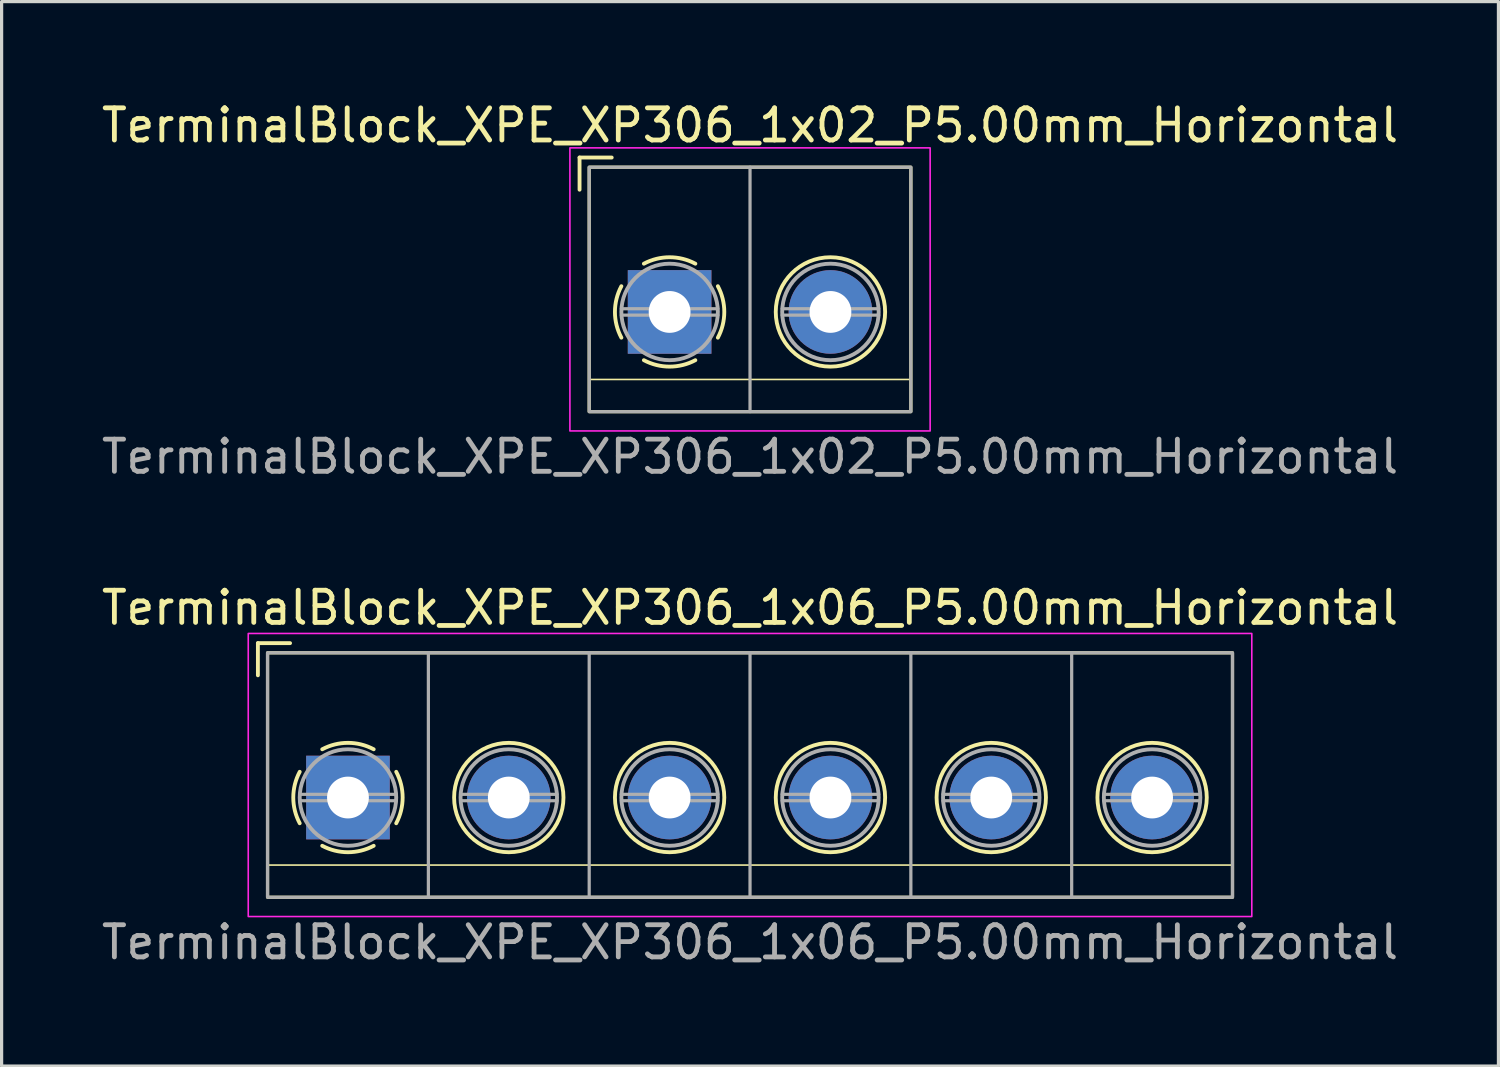
<source format=kicad_pcb>
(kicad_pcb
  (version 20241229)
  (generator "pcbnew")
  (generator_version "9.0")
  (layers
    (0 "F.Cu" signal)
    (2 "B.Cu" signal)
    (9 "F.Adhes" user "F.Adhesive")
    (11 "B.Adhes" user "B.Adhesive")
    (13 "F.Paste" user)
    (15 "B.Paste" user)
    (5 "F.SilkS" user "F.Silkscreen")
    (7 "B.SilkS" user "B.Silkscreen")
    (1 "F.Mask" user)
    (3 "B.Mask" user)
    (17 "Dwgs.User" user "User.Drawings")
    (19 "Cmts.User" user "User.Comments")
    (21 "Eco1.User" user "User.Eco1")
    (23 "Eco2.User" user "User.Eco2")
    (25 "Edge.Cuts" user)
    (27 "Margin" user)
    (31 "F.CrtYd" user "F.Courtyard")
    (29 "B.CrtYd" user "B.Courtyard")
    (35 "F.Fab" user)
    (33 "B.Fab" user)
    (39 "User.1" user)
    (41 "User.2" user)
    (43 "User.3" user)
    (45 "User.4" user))
  (footprint "TerminalBlock_XPE_XP306_1x06_P5.00mm_Horizontal"
    (layer "F.Cu")
    (at 20.268 24.845)
    (property "Reference" "TerminalBlock_XPE_XP306_1x06_P5.00mm_Horizontal" (at 0 -9 0) (unlocked yes) (layer "F.SilkS") (effects (font (size 1 1) (thickness 0.15))))
    (attr through_hole)
    (fp_line (start -15.3 -6.9) (end -15.3 -7.9) (stroke (width 0.12) (type solid)) (layer "F.SilkS"))
    (fp_line (start -15 -1) (end 15 -1) (stroke (width 0.05) (type solid)) (layer "F.SilkS"))
    (fp_line (start -14.3 -7.9) (end -15.3 -7.9) (stroke (width 0.12) (type solid)) (layer "F.SilkS"))
    (fp_rect (start 15 0) (end -15 -7.6) (stroke (width 0.1) (type solid)) (fill no) (layer "F.SilkS"))
    (fp_arc (start -14 -2.3) (mid -14.2 -3.1) (end -14 -3.9) (stroke (width 0.12) (type solid)) (layer "F.SilkS"))
    (fp_arc (start -13.3 -4.6) (mid -12.5 -4.8) (end -11.7 -4.6) (stroke (width 0.12) (type solid)) (layer "F.SilkS"))
    (fp_arc (start -11.7 -1.6) (mid -12.5 -1.4) (end -13.3 -1.6) (stroke (width 0.12) (type solid)) (layer "F.SilkS"))
    (fp_arc (start -11 -3.9) (mid -10.8 -3.1) (end -11 -2.3) (stroke (width 0.12) (type solid)) (layer "F.SilkS"))
    (fp_circle (center -7.5 -3.1) (end -5.8 -3.1) (stroke (width 0.12) (type solid)) (fill no) (layer "F.SilkS"))
    (fp_circle (center -2.5 -3.1) (end -0.8 -3.1) (stroke (width 0.12) (type solid)) (fill no) (layer "F.SilkS"))
    (fp_circle (center 2.5 -3.1) (end 4.2 -3.1) (stroke (width 0.12) (type solid)) (fill no) (layer "F.SilkS"))
    (fp_circle (center 7.5 -3.1) (end 9.2 -3.1) (stroke (width 0.12) (type solid)) (fill no) (layer "F.SilkS"))
    (fp_circle (center 12.5 -3.1) (end 14.2 -3.1) (stroke (width 0.12) (type solid)) (fill no) (layer "F.SilkS"))
    (fp_rect (start -15.6 -8.2) (end 15.6 0.6) (stroke (width 0.05) (type solid)) (fill no) (layer "F.CrtYd"))
    (fp_line (start -14 -3.2) (end -11 -3.2) (stroke (width 0.1) (type solid)) (layer "F.Fab"))
    (fp_line (start -14 -3) (end -11 -3) (stroke (width 0.1) (type solid)) (layer "F.Fab"))
    (fp_line (start -10 -7.6) (end -10 0) (stroke (width 0.1) (type solid)) (layer "F.Fab"))
    (fp_line (start -9 -3.2) (end -6 -3.2) (stroke (width 0.1) (type solid)) (layer "F.Fab"))
    (fp_line (start -9 -3) (end -6 -3) (stroke (width 0.1) (type solid)) (layer "F.Fab"))
    (fp_line (start -5 0) (end -5 -7.6) (stroke (width 0.1) (type solid)) (layer "F.Fab"))
    (fp_line (start -4 -3.2) (end -1 -3.2) (stroke (width 0.1) (type solid)) (layer "F.Fab"))
    (fp_line (start -4 -3) (end -1 -3) (stroke (width 0.1) (type solid)) (layer "F.Fab"))
    (fp_line (start 0 -7.6) (end 0 0) (stroke (width 0.1) (type solid)) (layer "F.Fab"))
    (fp_line (start 1 -3.2) (end 4 -3.2) (stroke (width 0.1) (type solid)) (layer "F.Fab"))
    (fp_line (start 1 -3) (end 4 -3) (stroke (width 0.1) (type solid)) (layer "F.Fab"))
    (fp_line (start 5 0) (end 5 -7.6) (stroke (width 0.1) (type solid)) (layer "F.Fab"))
    (fp_line (start 6 -3.2) (end 9 -3.2) (stroke (width 0.1) (type solid)) (layer "F.Fab"))
    (fp_line (start 6 -3) (end 9 -3) (stroke (width 0.1) (type solid)) (layer "F.Fab"))
    (fp_line (start 10 0) (end 10 -7.6) (stroke (width 0.1) (type solid)) (layer "F.Fab"))
    (fp_line (start 11 -3.2) (end 14 -3.2) (stroke (width 0.1) (type solid)) (layer "F.Fab"))
    (fp_line (start 11 -3) (end 14 -3) (stroke (width 0.1) (type solid)) (layer "F.Fab"))
    (fp_rect (start 15 0) (end -15 -7.6) (stroke (width 0.1) (type solid)) (fill no) (layer "F.Fab"))
    (fp_circle (center -12.5 -3.1) (end -11 -3.1) (stroke (width 0.12) (type solid)) (fill no) (layer "F.Fab"))
    (fp_circle (center -7.5 -3.1) (end -6 -3.1) (stroke (width 0.12) (type solid)) (fill no) (layer "F.Fab"))
    (fp_circle (center -2.5 -3.1) (end -1 -3.1) (stroke (width 0.12) (type solid)) (fill no) (layer "F.Fab"))
    (fp_circle (center 2.5 -3.1) (end 4 -3.1) (stroke (width 0.12) (type solid)) (fill no) (layer "F.Fab"))
    (fp_circle (center 7.5 -3.1) (end 9 -3.1) (stroke (width 0.12) (type solid)) (fill no) (layer "F.Fab"))
    (fp_circle (center 12.5 -3.1) (end 14 -3.1) (stroke (width 0.12) (type solid)) (fill no) (layer "F.Fab"))
    (fp_text user "${REFERENCE}" (at 0 1.4 0) (unlocked yes) (layer "F.Fab") (effects (font (size 1 1) (thickness 0.15))))
    (pad "1" thru_hole rect (at -12.5 -3.1) (size 2.6 2.6) (drill 1.3) (layers "*.Cu" "*.Mask"))
    (pad "2" thru_hole circle (at -7.5 -3.1) (size 2.6 2.6) (drill 1.3) (layers "*.Cu" "*.Mask"))
    (pad "3" thru_hole circle (at -2.5 -3.1) (size 2.6 2.6) (drill 1.3) (layers "*.Cu" "*.Mask"))
    (pad "4" thru_hole circle (at 2.5 -3.1) (size 2.6 2.6) (drill 1.3) (layers "*.Cu" "*.Mask"))
    (pad "5" thru_hole circle (at 7.5 -3.1) (size 2.6 2.6) (drill 1.3) (layers "*.Cu" "*.Mask"))
    (pad "6" thru_hole circle (at 12.5 -3.1) (size 2.6 2.6) (drill 1.3) (layers "*.Cu" "*.Mask")))
  (footprint "TerminalBlock_XPE_XP306_1x02_P5.00mm_Horizontal"
    (layer "F.Cu")
    (at 15.268 9.748)
    (property "Reference" "TerminalBlock_XPE_XP306_1x02_P5.00mm_Horizontal" (at 5 -8.9 0) (unlocked yes) (layer "F.SilkS") (effects (font (size 1 1) (thickness 0.15))))
    (attr through_hole)
    (fp_line (start -0.3 -6.9) (end -0.3 -7.9) (stroke (width 0.12) (type solid)) (layer "F.SilkS"))
    (fp_line (start 0 -1) (end 10 -1) (stroke (width 0.05) (type solid)) (layer "F.SilkS"))
    (fp_line (start 0.7 -7.9) (end -0.3 -7.9) (stroke (width 0.12) (type solid)) (layer "F.SilkS"))
    (fp_rect (start 10 0) (end 0 -7.6) (stroke (width 0.1) (type solid)) (fill no) (layer "F.SilkS"))
    (fp_arc (start 1 -2.3) (mid 0.8 -3.1) (end 1 -3.9) (stroke (width 0.12) (type solid)) (layer "F.SilkS"))
    (fp_arc (start 1.7 -4.6) (mid 2.5 -4.8) (end 3.3 -4.6) (stroke (width 0.12) (type solid)) (layer "F.SilkS"))
    (fp_arc (start 3.3 -1.6) (mid 2.5 -1.4) (end 1.7 -1.6) (stroke (width 0.12) (type solid)) (layer "F.SilkS"))
    (fp_arc (start 4 -3.9) (mid 4.2 -3.1) (end 4 -2.3) (stroke (width 0.12) (type solid)) (layer "F.SilkS"))
    (fp_circle (center 7.5 -3.1) (end 9.2 -3.1) (stroke (width 0.12) (type solid)) (fill no) (layer "F.SilkS"))
    (fp_rect (start -0.6 -8.2) (end 10.6 0.6) (stroke (width 0.05) (type solid)) (fill no) (layer "F.CrtYd"))
    (fp_line (start 1 -3.2) (end 4 -3.2) (stroke (width 0.1) (type solid)) (layer "F.Fab"))
    (fp_line (start 1 -3) (end 4 -3) (stroke (width 0.1) (type solid)) (layer "F.Fab"))
    (fp_line (start 5 -7.6) (end 5 0) (stroke (width 0.1) (type solid)) (layer "F.Fab"))
    (fp_line (start 6 -3.2) (end 9 -3.2) (stroke (width 0.1) (type solid)) (layer "F.Fab"))
    (fp_line (start 6 -3) (end 9 -3) (stroke (width 0.1) (type solid)) (layer "F.Fab"))
    (fp_rect (start 10 0) (end 0 -7.6) (stroke (width 0.1) (type solid)) (fill no) (layer "F.Fab"))
    (fp_circle (center 2.5 -3.1) (end 4 -3.1) (stroke (width 0.12) (type solid)) (fill no) (layer "F.Fab"))
    (fp_circle (center 7.5 -3.1) (end 9 -3.1) (stroke (width 0.12) (type solid)) (fill no) (layer "F.Fab"))
    (fp_text user "${REFERENCE}" (at 5 1.4 0) (unlocked yes) (layer "F.Fab") (effects (font (size 1 1) (thickness 0.15))))
    (pad "1" thru_hole rect (at 2.5 -3.1) (size 2.6 2.6) (drill 1.3) (layers "*.Cu" "*.Mask"))
    (pad "2" thru_hole circle (at 7.5 -3.1) (size 2.6 2.6) (drill 1.3) (layers "*.Cu" "*.Mask")))
  (gr_rect
    (start -3 -3)
    (end 43.536 30.093)
    (stroke (width 0.1) (type default))
    (fill no)
    (layer "Edge.Cuts")))
</source>
